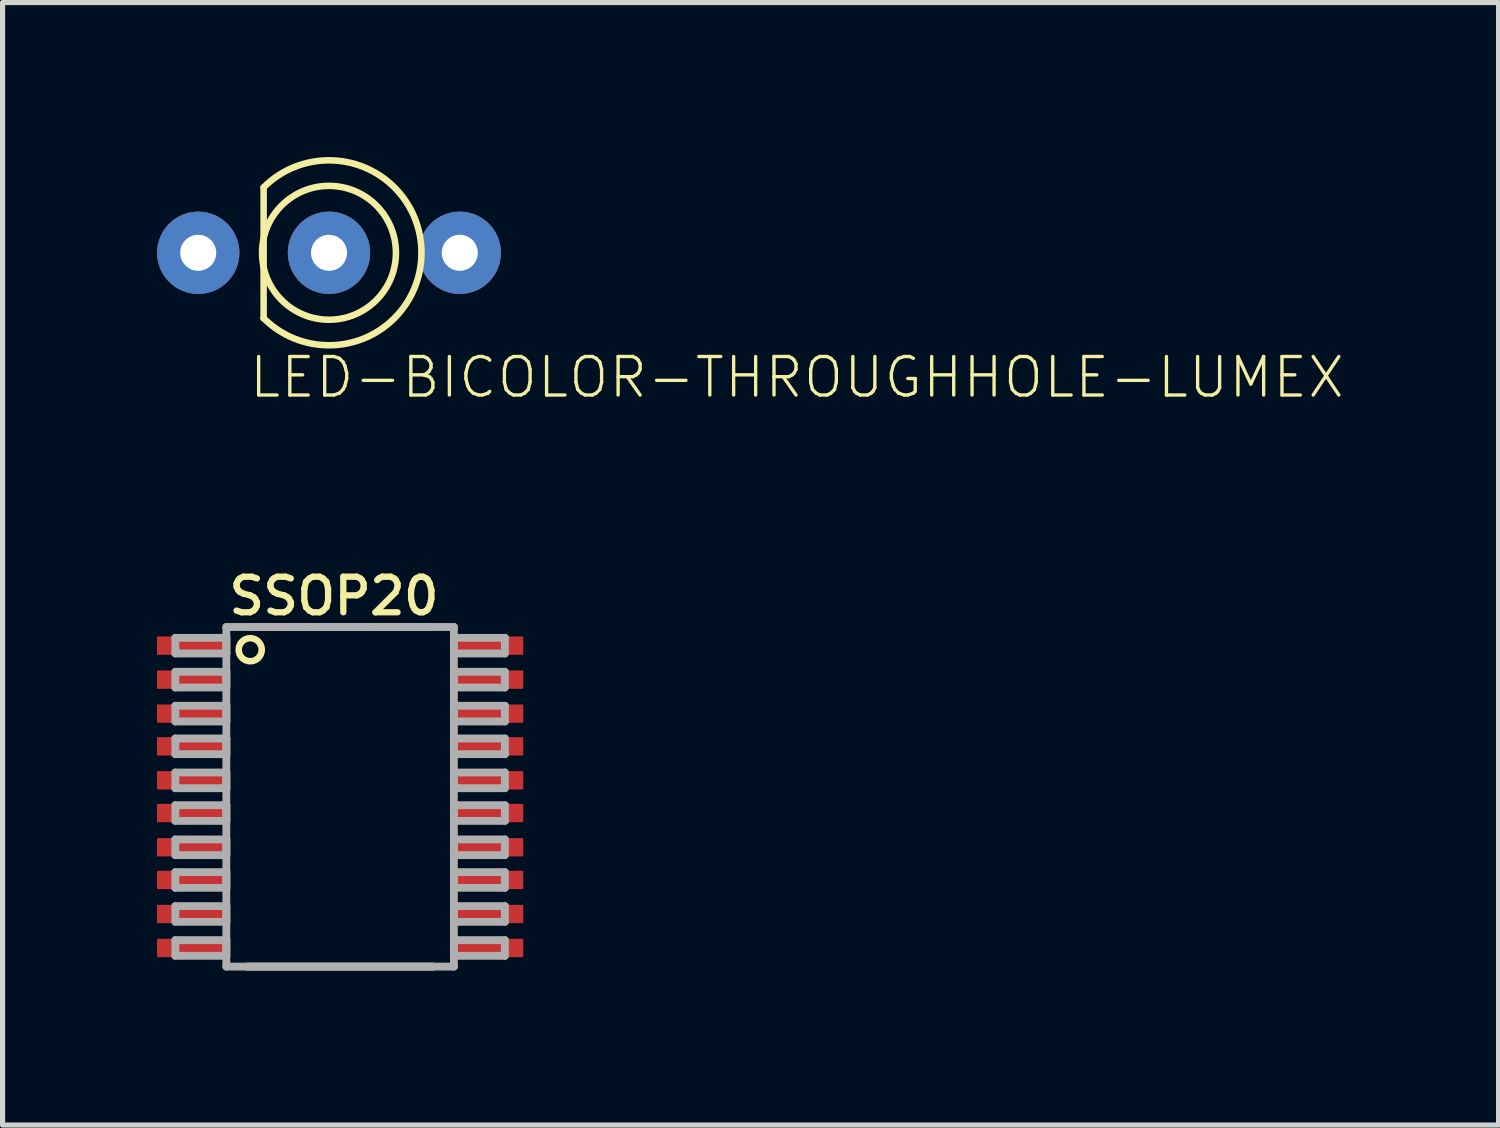
<source format=kicad_pcb>
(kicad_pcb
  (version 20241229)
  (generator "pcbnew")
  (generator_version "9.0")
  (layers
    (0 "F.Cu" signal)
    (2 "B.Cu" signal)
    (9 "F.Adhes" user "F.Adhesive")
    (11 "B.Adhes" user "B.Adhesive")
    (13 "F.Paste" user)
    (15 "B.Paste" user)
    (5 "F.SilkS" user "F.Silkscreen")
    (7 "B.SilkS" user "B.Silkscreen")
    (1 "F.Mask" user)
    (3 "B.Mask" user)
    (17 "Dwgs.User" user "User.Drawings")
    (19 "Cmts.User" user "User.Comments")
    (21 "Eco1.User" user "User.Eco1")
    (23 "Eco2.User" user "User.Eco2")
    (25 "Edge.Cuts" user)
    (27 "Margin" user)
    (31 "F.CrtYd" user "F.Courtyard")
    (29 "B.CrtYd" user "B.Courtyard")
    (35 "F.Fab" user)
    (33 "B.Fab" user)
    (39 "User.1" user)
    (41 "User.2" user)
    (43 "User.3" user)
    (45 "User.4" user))
  (footprint "LED-BICOLOR-THROUGHHOLE-LUMEX"
    (layer "F.Cu")
    (at 3.34 1.86)
    (property "Reference" "LED-BICOLOR-THROUGHHOLE-LUMEX" (at -1.587 2.857 0) (layer "F.SilkS") (effects (font (size 0.748 0.748) (thickness 0.065)) (justify left bottom)))
    (fp_line (start -1.27 -1.27) (end -1.27 1.27) (stroke (width 0.127) (type solid)) (layer "F.SilkS"))
    (fp_arc (start -1.27 -1.27) (mid 1.796051 0) (end -1.27 1.27) (stroke (width 0.127) (type solid)) (layer "F.SilkS"))
    (fp_circle (center 0 0) (end 1.3 0) (stroke (width 0.127) (type solid)) (fill no) (layer "F.SilkS"))
    (pad "A" thru_hole circle (at 0 0) (size 1.6 1.6) (drill 0.7) (layers "*.Cu" "*.Mask"))
    (pad "GREEN_C" thru_hole circle (at 2.54 0) (size 1.6 1.6) (drill 0.7) (layers "*.Cu" "*.Mask"))
    (pad "RED_C" thru_hole circle (at -2.54 0) (size 1.6 1.6) (drill 0.7) (layers "*.Cu" "*.Mask")))
  (footprint "SSOP20"
    (layer "F.Cu")
    (at 3.556 12.426)
    (property "Reference" "SSOP20" (at -2.223 -3.493 0) (layer "F.SilkS") (effects (font (size 0.691 0.691) (thickness 0.122)) (justify left bottom)))
    (fp_line (start -1.803 3.298) (end 1.803 3.298) (stroke (width 0.152) (type solid)) (layer "F.SilkS"))
    (fp_line (start -0.622 -3.298) (end -1.803 -3.298) (stroke (width 0.152) (type solid)) (layer "F.SilkS"))
    (fp_line (start 0.622 -3.298) (end -0.622 -3.298) (stroke (width 0.152) (type solid)) (layer "F.SilkS"))
    (fp_line (start 1.803 -3.298) (end 0.622 -3.298) (stroke (width 0.152) (type solid)) (layer "F.SilkS"))
    (fp_circle (center -1.746 -2.857) (end -1.522 -2.857) (stroke (width 0.127) (type solid)) (fill no) (layer "F.SilkS"))
    (fp_line (start -3.2 -3.088) (end -3.2 -2.784) (stroke (width 0.152) (type solid)) (layer "F.Fab"))
    (fp_line (start -3.2 -2.784) (end -2.21 -2.784) (stroke (width 0.152) (type solid)) (layer "F.Fab"))
    (fp_line (start -3.2 -2.428) (end -3.2 -2.123) (stroke (width 0.152) (type solid)) (layer "F.Fab"))
    (fp_line (start -3.2 -2.123) (end -2.21 -2.123) (stroke (width 0.152) (type solid)) (layer "F.Fab"))
    (fp_line (start -3.2 -1.768) (end -3.2 -1.463) (stroke (width 0.152) (type solid)) (layer "F.Fab"))
    (fp_line (start -3.2 -1.463) (end -2.21 -1.463) (stroke (width 0.152) (type solid)) (layer "F.Fab"))
    (fp_line (start -3.2 -1.133) (end -3.2 -0.828) (stroke (width 0.152) (type solid)) (layer "F.Fab"))
    (fp_line (start -3.2 -0.828) (end -2.21 -0.828) (stroke (width 0.152) (type solid)) (layer "F.Fab"))
    (fp_line (start -3.2 -0.472) (end -3.2 -0.167) (stroke (width 0.152) (type solid)) (layer "F.Fab"))
    (fp_line (start -3.2 -0.167) (end -2.21 -0.167) (stroke (width 0.152) (type solid)) (layer "F.Fab"))
    (fp_line (start -3.2 0.163) (end -3.2 0.468) (stroke (width 0.152) (type solid)) (layer "F.Fab"))
    (fp_line (start -3.2 0.468) (end -2.21 0.468) (stroke (width 0.152) (type solid)) (layer "F.Fab"))
    (fp_line (start -3.2 0.828) (end -3.2 1.133) (stroke (width 0.152) (type solid)) (layer "F.Fab"))
    (fp_line (start -3.2 1.133) (end -2.21 1.133) (stroke (width 0.152) (type solid)) (layer "F.Fab"))
    (fp_line (start -3.2 1.463) (end -3.2 1.768) (stroke (width 0.152) (type solid)) (layer "F.Fab"))
    (fp_line (start -3.2 1.768) (end -2.21 1.768) (stroke (width 0.152) (type solid)) (layer "F.Fab"))
    (fp_line (start -3.2 2.123) (end -3.2 2.428) (stroke (width 0.152) (type solid)) (layer "F.Fab"))
    (fp_line (start -3.2 2.428) (end -2.21 2.428) (stroke (width 0.152) (type solid)) (layer "F.Fab"))
    (fp_line (start -3.2 2.784) (end -3.2 3.088) (stroke (width 0.152) (type solid)) (layer "F.Fab"))
    (fp_line (start -3.2 3.088) (end -2.21 3.088) (stroke (width 0.152) (type solid)) (layer "F.Fab"))
    (fp_line (start -2.21 -3.298) (end -2.21 3.298) (stroke (width 0.152) (type solid)) (layer "F.Fab"))
    (fp_line (start -2.21 -3.088) (end -3.2 -3.088) (stroke (width 0.152) (type solid)) (layer "F.Fab"))
    (fp_line (start -2.21 -2.784) (end -2.21 -3.088) (stroke (width 0.152) (type solid)) (layer "F.Fab"))
    (fp_line (start -2.21 -2.428) (end -3.2 -2.428) (stroke (width 0.152) (type solid)) (layer "F.Fab"))
    (fp_line (start -2.21 -2.123) (end -2.21 -2.428) (stroke (width 0.152) (type solid)) (layer "F.Fab"))
    (fp_line (start -2.21 -1.768) (end -3.2 -1.768) (stroke (width 0.152) (type solid)) (layer "F.Fab"))
    (fp_line (start -2.21 -1.463) (end -2.21 -1.768) (stroke (width 0.152) (type solid)) (layer "F.Fab"))
    (fp_line (start -2.21 -1.133) (end -3.2 -1.133) (stroke (width 0.152) (type solid)) (layer "F.Fab"))
    (fp_line (start -2.21 -0.828) (end -2.21 -1.133) (stroke (width 0.152) (type solid)) (layer "F.Fab"))
    (fp_line (start -2.21 -0.472) (end -3.2 -0.472) (stroke (width 0.152) (type solid)) (layer "F.Fab"))
    (fp_line (start -2.21 -0.167) (end -2.21 -0.472) (stroke (width 0.152) (type solid)) (layer "F.Fab"))
    (fp_line (start -2.21 0.163) (end -3.2 0.163) (stroke (width 0.152) (type solid)) (layer "F.Fab"))
    (fp_line (start -2.21 0.468) (end -2.21 0.163) (stroke (width 0.152) (type solid)) (layer "F.Fab"))
    (fp_line (start -2.21 0.828) (end -3.2 0.828) (stroke (width 0.152) (type solid)) (layer "F.Fab"))
    (fp_line (start -2.21 1.133) (end -2.21 0.828) (stroke (width 0.152) (type solid)) (layer "F.Fab"))
    (fp_line (start -2.21 1.463) (end -3.2 1.463) (stroke (width 0.152) (type solid)) (layer "F.Fab"))
    (fp_line (start -2.21 1.768) (end -2.21 1.463) (stroke (width 0.152) (type solid)) (layer "F.Fab"))
    (fp_line (start -2.21 2.123) (end -3.2 2.123) (stroke (width 0.152) (type solid)) (layer "F.Fab"))
    (fp_line (start -2.21 2.428) (end -2.21 2.123) (stroke (width 0.152) (type solid)) (layer "F.Fab"))
    (fp_line (start -2.21 2.784) (end -3.2 2.784) (stroke (width 0.152) (type solid)) (layer "F.Fab"))
    (fp_line (start -2.21 3.088) (end -2.21 2.784) (stroke (width 0.152) (type solid)) (layer "F.Fab"))
    (fp_line (start -2.21 3.298) (end 2.21 3.298) (stroke (width 0.152) (type solid)) (layer "F.Fab"))
    (fp_line (start -0.622 -3.298) (end -2.21 -3.298) (stroke (width 0.152) (type solid)) (layer "F.Fab"))
    (fp_line (start 0.622 -3.298) (end -0.622 -3.298) (stroke (width 0.152) (type solid)) (layer "F.Fab"))
    (fp_line (start 2.21 -3.298) (end 0.622 -3.298) (stroke (width 0.152) (type solid)) (layer "F.Fab"))
    (fp_line (start 2.21 -3.088) (end 2.21 -2.784) (stroke (width 0.152) (type solid)) (layer "F.Fab"))
    (fp_line (start 2.21 -2.784) (end 3.2 -2.784) (stroke (width 0.152) (type solid)) (layer "F.Fab"))
    (fp_line (start 2.21 -2.428) (end 2.21 -2.123) (stroke (width 0.152) (type solid)) (layer "F.Fab"))
    (fp_line (start 2.21 -2.123) (end 3.2 -2.123) (stroke (width 0.152) (type solid)) (layer "F.Fab"))
    (fp_line (start 2.21 -1.768) (end 2.21 -1.463) (stroke (width 0.152) (type solid)) (layer "F.Fab"))
    (fp_line (start 2.21 -1.463) (end 3.2 -1.463) (stroke (width 0.152) (type solid)) (layer "F.Fab"))
    (fp_line (start 2.21 -1.133) (end 2.21 -0.828) (stroke (width 0.152) (type solid)) (layer "F.Fab"))
    (fp_line (start 2.21 -0.828) (end 3.2 -0.828) (stroke (width 0.152) (type solid)) (layer "F.Fab"))
    (fp_line (start 2.21 -0.472) (end 2.21 -0.167) (stroke (width 0.152) (type solid)) (layer "F.Fab"))
    (fp_line (start 2.21 -0.167) (end 3.2 -0.167) (stroke (width 0.152) (type solid)) (layer "F.Fab"))
    (fp_line (start 2.21 0.163) (end 2.21 0.468) (stroke (width 0.152) (type solid)) (layer "F.Fab"))
    (fp_line (start 2.21 0.468) (end 3.2 0.468) (stroke (width 0.152) (type solid)) (layer "F.Fab"))
    (fp_line (start 2.21 0.828) (end 2.21 1.133) (stroke (width 0.152) (type solid)) (layer "F.Fab"))
    (fp_line (start 2.21 1.133) (end 3.2 1.133) (stroke (width 0.152) (type solid)) (layer "F.Fab"))
    (fp_line (start 2.21 1.463) (end 2.21 1.768) (stroke (width 0.152) (type solid)) (layer "F.Fab"))
    (fp_line (start 2.21 1.768) (end 3.2 1.768) (stroke (width 0.152) (type solid)) (layer "F.Fab"))
    (fp_line (start 2.21 2.123) (end 2.21 2.428) (stroke (width 0.152) (type solid)) (layer "F.Fab"))
    (fp_line (start 2.21 2.428) (end 3.2 2.428) (stroke (width 0.152) (type solid)) (layer "F.Fab"))
    (fp_line (start 2.21 2.784) (end 2.21 3.088) (stroke (width 0.152) (type solid)) (layer "F.Fab"))
    (fp_line (start 2.21 3.088) (end 3.2 3.088) (stroke (width 0.152) (type solid)) (layer "F.Fab"))
    (fp_line (start 2.21 3.298) (end 2.21 -3.298) (stroke (width 0.152) (type solid)) (layer "F.Fab"))
    (fp_line (start 3.2 -3.088) (end 2.21 -3.088) (stroke (width 0.152) (type solid)) (layer "F.Fab"))
    (fp_line (start 3.2 -2.784) (end 3.2 -3.088) (stroke (width 0.152) (type solid)) (layer "F.Fab"))
    (fp_line (start 3.2 -2.428) (end 2.21 -2.428) (stroke (width 0.152) (type solid)) (layer "F.Fab"))
    (fp_line (start 3.2 -2.123) (end 3.2 -2.428) (stroke (width 0.152) (type solid)) (layer "F.Fab"))
    (fp_line (start 3.2 -1.768) (end 2.21 -1.768) (stroke (width 0.152) (type solid)) (layer "F.Fab"))
    (fp_line (start 3.2 -1.463) (end 3.2 -1.768) (stroke (width 0.152) (type solid)) (layer "F.Fab"))
    (fp_line (start 3.2 -1.133) (end 2.21 -1.133) (stroke (width 0.152) (type solid)) (layer "F.Fab"))
    (fp_line (start 3.2 -0.828) (end 3.2 -1.133) (stroke (width 0.152) (type solid)) (layer "F.Fab"))
    (fp_line (start 3.2 -0.472) (end 2.21 -0.472) (stroke (width 0.152) (type solid)) (layer "F.Fab"))
    (fp_line (start 3.2 -0.167) (end 3.2 -0.472) (stroke (width 0.152) (type solid)) (layer "F.Fab"))
    (fp_line (start 3.2 0.163) (end 2.21 0.163) (stroke (width 0.152) (type solid)) (layer "F.Fab"))
    (fp_line (start 3.2 0.468) (end 3.2 0.163) (stroke (width 0.152) (type solid)) (layer "F.Fab"))
    (fp_line (start 3.2 0.828) (end 2.21 0.828) (stroke (width 0.152) (type solid)) (layer "F.Fab"))
    (fp_line (start 3.2 1.133) (end 3.2 0.828) (stroke (width 0.152) (type solid)) (layer "F.Fab"))
    (fp_line (start 3.2 1.463) (end 2.21 1.463) (stroke (width 0.152) (type solid)) (layer "F.Fab"))
    (fp_line (start 3.2 1.768) (end 3.2 1.463) (stroke (width 0.152) (type solid)) (layer "F.Fab"))
    (fp_line (start 3.2 2.123) (end 2.21 2.123) (stroke (width 0.152) (type solid)) (layer "F.Fab"))
    (fp_line (start 3.2 2.428) (end 3.2 2.123) (stroke (width 0.152) (type solid)) (layer "F.Fab"))
    (fp_line (start 3.2 2.784) (end 2.21 2.784) (stroke (width 0.152) (type solid)) (layer "F.Fab"))
    (fp_line (start 3.2 3.088) (end 3.2 2.784) (stroke (width 0.152) (type solid)) (layer "F.Fab"))
    (pad "1" smd rect (at -2.845 -2.936) (size 1.422 0.356) (layers "F.Cu" "F.Mask" "F.Paste"))
    (pad "2" smd rect (at -2.845 -2.276) (size 1.422 0.356) (layers "F.Cu" "F.Mask" "F.Paste"))
    (pad "3" smd rect (at -2.845 -1.615) (size 1.422 0.356) (layers "F.Cu" "F.Mask" "F.Paste"))
    (pad "4" smd rect (at -2.845 -0.98) (size 1.422 0.356) (layers "F.Cu" "F.Mask" "F.Paste"))
    (pad "5" smd rect (at -2.845 -0.32) (size 1.422 0.356) (layers "F.Cu" "F.Mask" "F.Paste"))
    (pad "6" smd rect (at -2.845 0.315) (size 1.422 0.356) (layers "F.Cu" "F.Mask" "F.Paste"))
    (pad "7" smd rect (at -2.845 0.98) (size 1.422 0.356) (layers "F.Cu" "F.Mask" "F.Paste"))
    (pad "8" smd rect (at -2.845 1.615) (size 1.422 0.356) (layers "F.Cu" "F.Mask" "F.Paste"))
    (pad "9" smd rect (at -2.845 2.276) (size 1.422 0.356) (layers "F.Cu" "F.Mask" "F.Paste"))
    (pad "10" smd rect (at -2.845 2.936) (size 1.422 0.356) (layers "F.Cu" "F.Mask" "F.Paste"))
    (pad "11" smd rect (at 2.845 2.936) (size 1.422 0.356) (layers "F.Cu" "F.Mask" "F.Paste"))
    (pad "12" smd rect (at 2.845 2.276) (size 1.422 0.356) (layers "F.Cu" "F.Mask" "F.Paste"))
    (pad "13" smd rect (at 2.845 1.615) (size 1.422 0.356) (layers "F.Cu" "F.Mask" "F.Paste"))
    (pad "14" smd rect (at 2.845 0.98) (size 1.422 0.356) (layers "F.Cu" "F.Mask" "F.Paste"))
    (pad "15" smd rect (at 2.845 0.315) (size 1.422 0.356) (layers "F.Cu" "F.Mask" "F.Paste"))
    (pad "16" smd rect (at 2.845 -0.32) (size 1.422 0.356) (layers "F.Cu" "F.Mask" "F.Paste"))
    (pad "17" smd rect (at 2.845 -0.98) (size 1.422 0.356) (layers "F.Cu" "F.Mask" "F.Paste"))
    (pad "18" smd rect (at 2.845 -1.615) (size 1.422 0.356) (layers "F.Cu" "F.Mask" "F.Paste"))
    (pad "19" smd rect (at 2.845 -2.276) (size 1.422 0.356) (layers "F.Cu" "F.Mask" "F.Paste"))
    (pad "20" smd rect (at 2.845 -2.936) (size 1.422 0.356) (layers "F.Cu" "F.Mask" "F.Paste")))
  (gr_rect
    (start -3 -3)
    (end 26.056 18.801)
    (stroke (width 0.1) (type default))
    (fill no)
    (layer "Edge.Cuts")))
</source>
